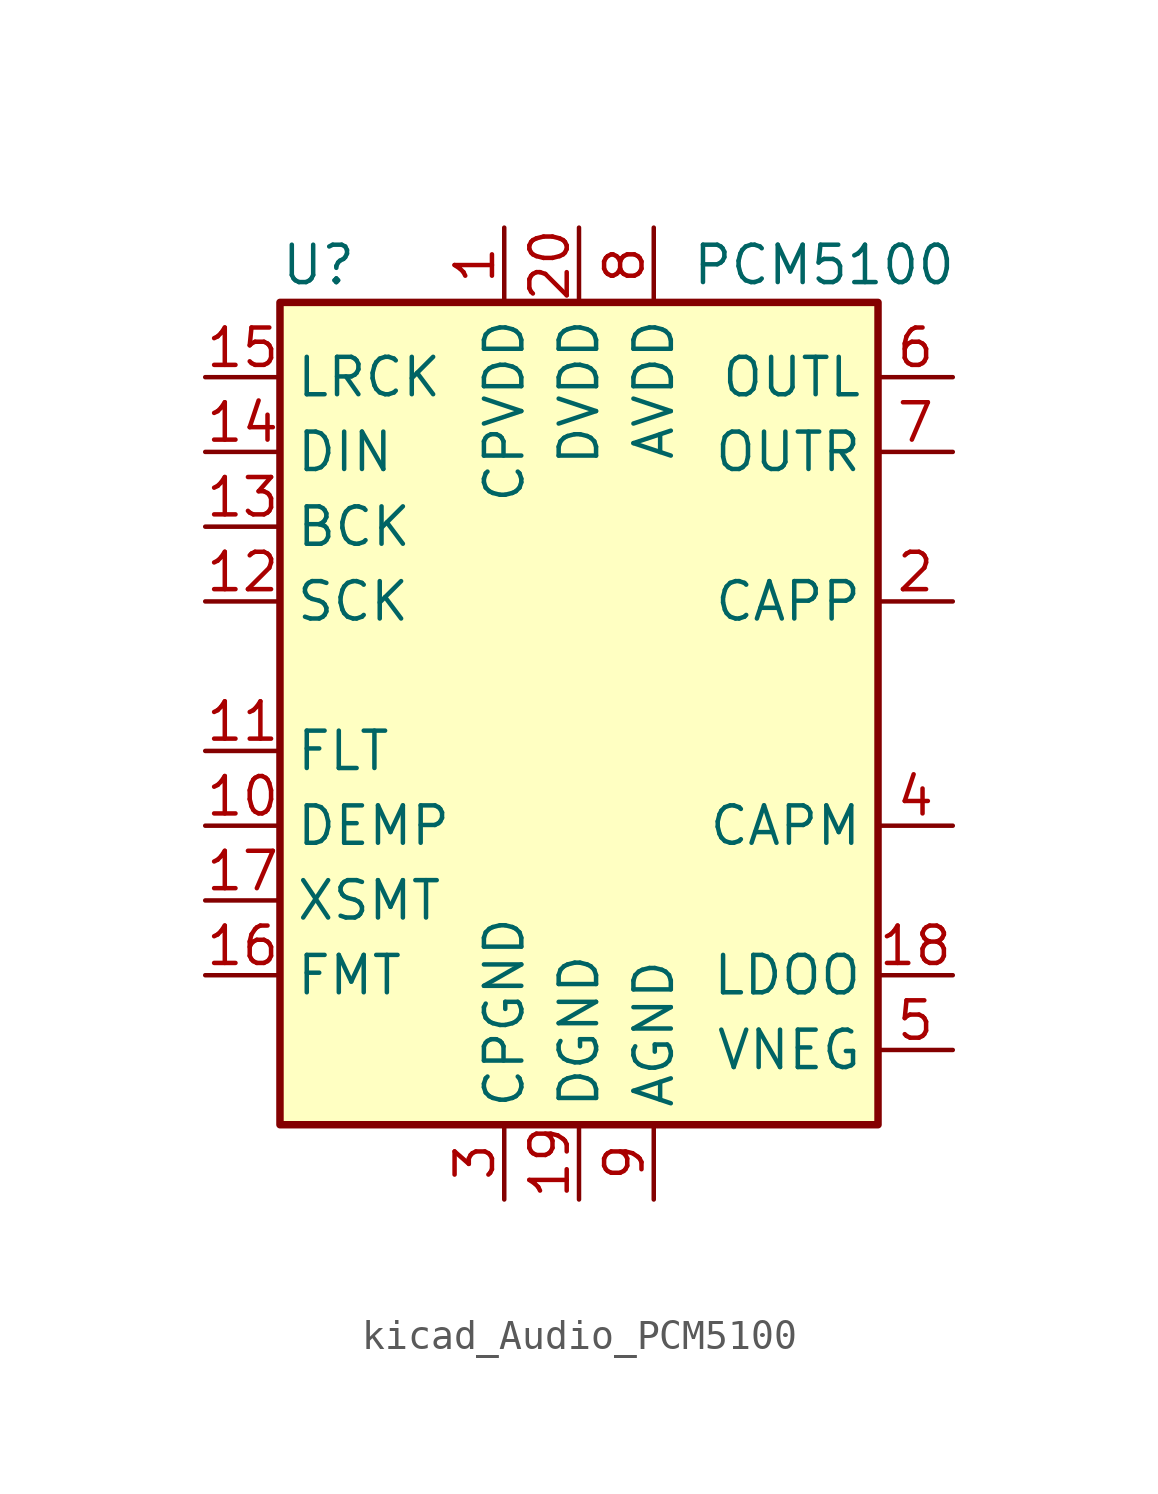
<source format=kicad_sym>
(kicad_symbol_lib
  (version 20220914)
  (generator kicad_symbol_editor)
  (symbol "kicad_Audio_PCM5100"
    (property "Reference" "U"
      (at -10.16 13.97 0)
      (effects (font (size 1.27 1.27)) (justify left)))
    (property "Value" "PCM5100"
      (at 3.81 13.97 0)
      (effects (font (size 1.27 1.27)) (justify left)))
    (symbol "kicad_Audio_PCM5100_0_1"
      (rectangle (start -10.16 12.7) (end 10.16 -15.24) (stroke (width 0.254) (type default)) (fill (type background))))
    (symbol "kicad_Audio_PCM5100_1_1"
      (pin passive line (at -2.54 15.24 270) (length 2.54) (name "CPVDD" (effects (font (size 1.27 1.27)))) (number "1" (effects (font (size 1.27 1.27)))))
      (pin input line (at -12.7 -5.08 0) (length 2.54) (name "DEMP" (effects (font (size 1.27 1.27)))) (number "10" (effects (font (size 1.27 1.27)))))
      (pin input line (at -12.7 -2.54 0) (length 2.54) (name "FLT" (effects (font (size 1.27 1.27)))) (number "11" (effects (font (size 1.27 1.27)))))
      (pin input line (at -12.7 2.54 0) (length 2.54) (name "SCK" (effects (font (size 1.27 1.27)))) (number "12" (effects (font (size 1.27 1.27)))))
      (pin input line (at -12.7 5.08 0) (length 2.54) (name "BCK" (effects (font (size 1.27 1.27)))) (number "13" (effects (font (size 1.27 1.27)))))
      (pin input line (at -12.7 7.62 0) (length 2.54) (name "DIN" (effects (font (size 1.27 1.27)))) (number "14" (effects (font (size 1.27 1.27)))))
      (pin input line (at -12.7 10.16 0) (length 2.54) (name "LRCK" (effects (font (size 1.27 1.27)))) (number "15" (effects (font (size 1.27 1.27)))))
      (pin input line (at -12.7 -10.16 0) (length 2.54) (name "FMT" (effects (font (size 1.27 1.27)))) (number "16" (effects (font (size 1.27 1.27)))))
      (pin input line (at -12.7 -7.62 0) (length 2.54) (name "XSMT" (effects (font (size 1.27 1.27)))) (number "17" (effects (font (size 1.27 1.27)))))
      (pin passive line (at 12.7 -10.16 180) (length 2.54) (name "LDOO" (effects (font (size 1.27 1.27)))) (number "18" (effects (font (size 1.27 1.27)))))
      (pin power_in line (at 0 -17.78 90) (length 2.54) (name "DGND" (effects (font (size 1.27 1.27)))) (number "19" (effects (font (size 1.27 1.27)))))
      (pin passive line (at 12.7 2.54 180) (length 2.54) (name "CAPP" (effects (font (size 1.27 1.27)))) (number "2" (effects (font (size 1.27 1.27)))))
      (pin power_in line (at 0 15.24 270) (length 2.54) (name "DVDD" (effects (font (size 1.27 1.27)))) (number "20" (effects (font (size 1.27 1.27)))))
      (pin power_in line (at -2.54 -17.78 90) (length 2.54) (name "CPGND" (effects (font (size 1.27 1.27)))) (number "3" (effects (font (size 1.27 1.27)))))
      (pin passive line (at 12.7 -5.08 180) (length 2.54) (name "CAPM" (effects (font (size 1.27 1.27)))) (number "4" (effects (font (size 1.27 1.27)))))
      (pin passive line (at 12.7 -12.7 180) (length 2.54) (name "VNEG" (effects (font (size 1.27 1.27)))) (number "5" (effects (font (size 1.27 1.27)))))
      (pin output line (at 12.7 10.16 180) (length 2.54) (name "OUTL" (effects (font (size 1.27 1.27)))) (number "6" (effects (font (size 1.27 1.27)))))
      (pin output line (at 12.7 7.62 180) (length 2.54) (name "OUTR" (effects (font (size 1.27 1.27)))) (number "7" (effects (font (size 1.27 1.27)))))
      (pin power_in line (at 2.54 15.24 270) (length 2.54) (name "AVDD" (effects (font (size 1.27 1.27)))) (number "8" (effects (font (size 1.27 1.27)))))
      (pin power_in line (at 2.54 -17.78 90) (length 2.54) (name "AGND" (effects (font (size 1.27 1.27)))) (number "9" (effects (font (size 1.27 1.27))))))))
</source>
